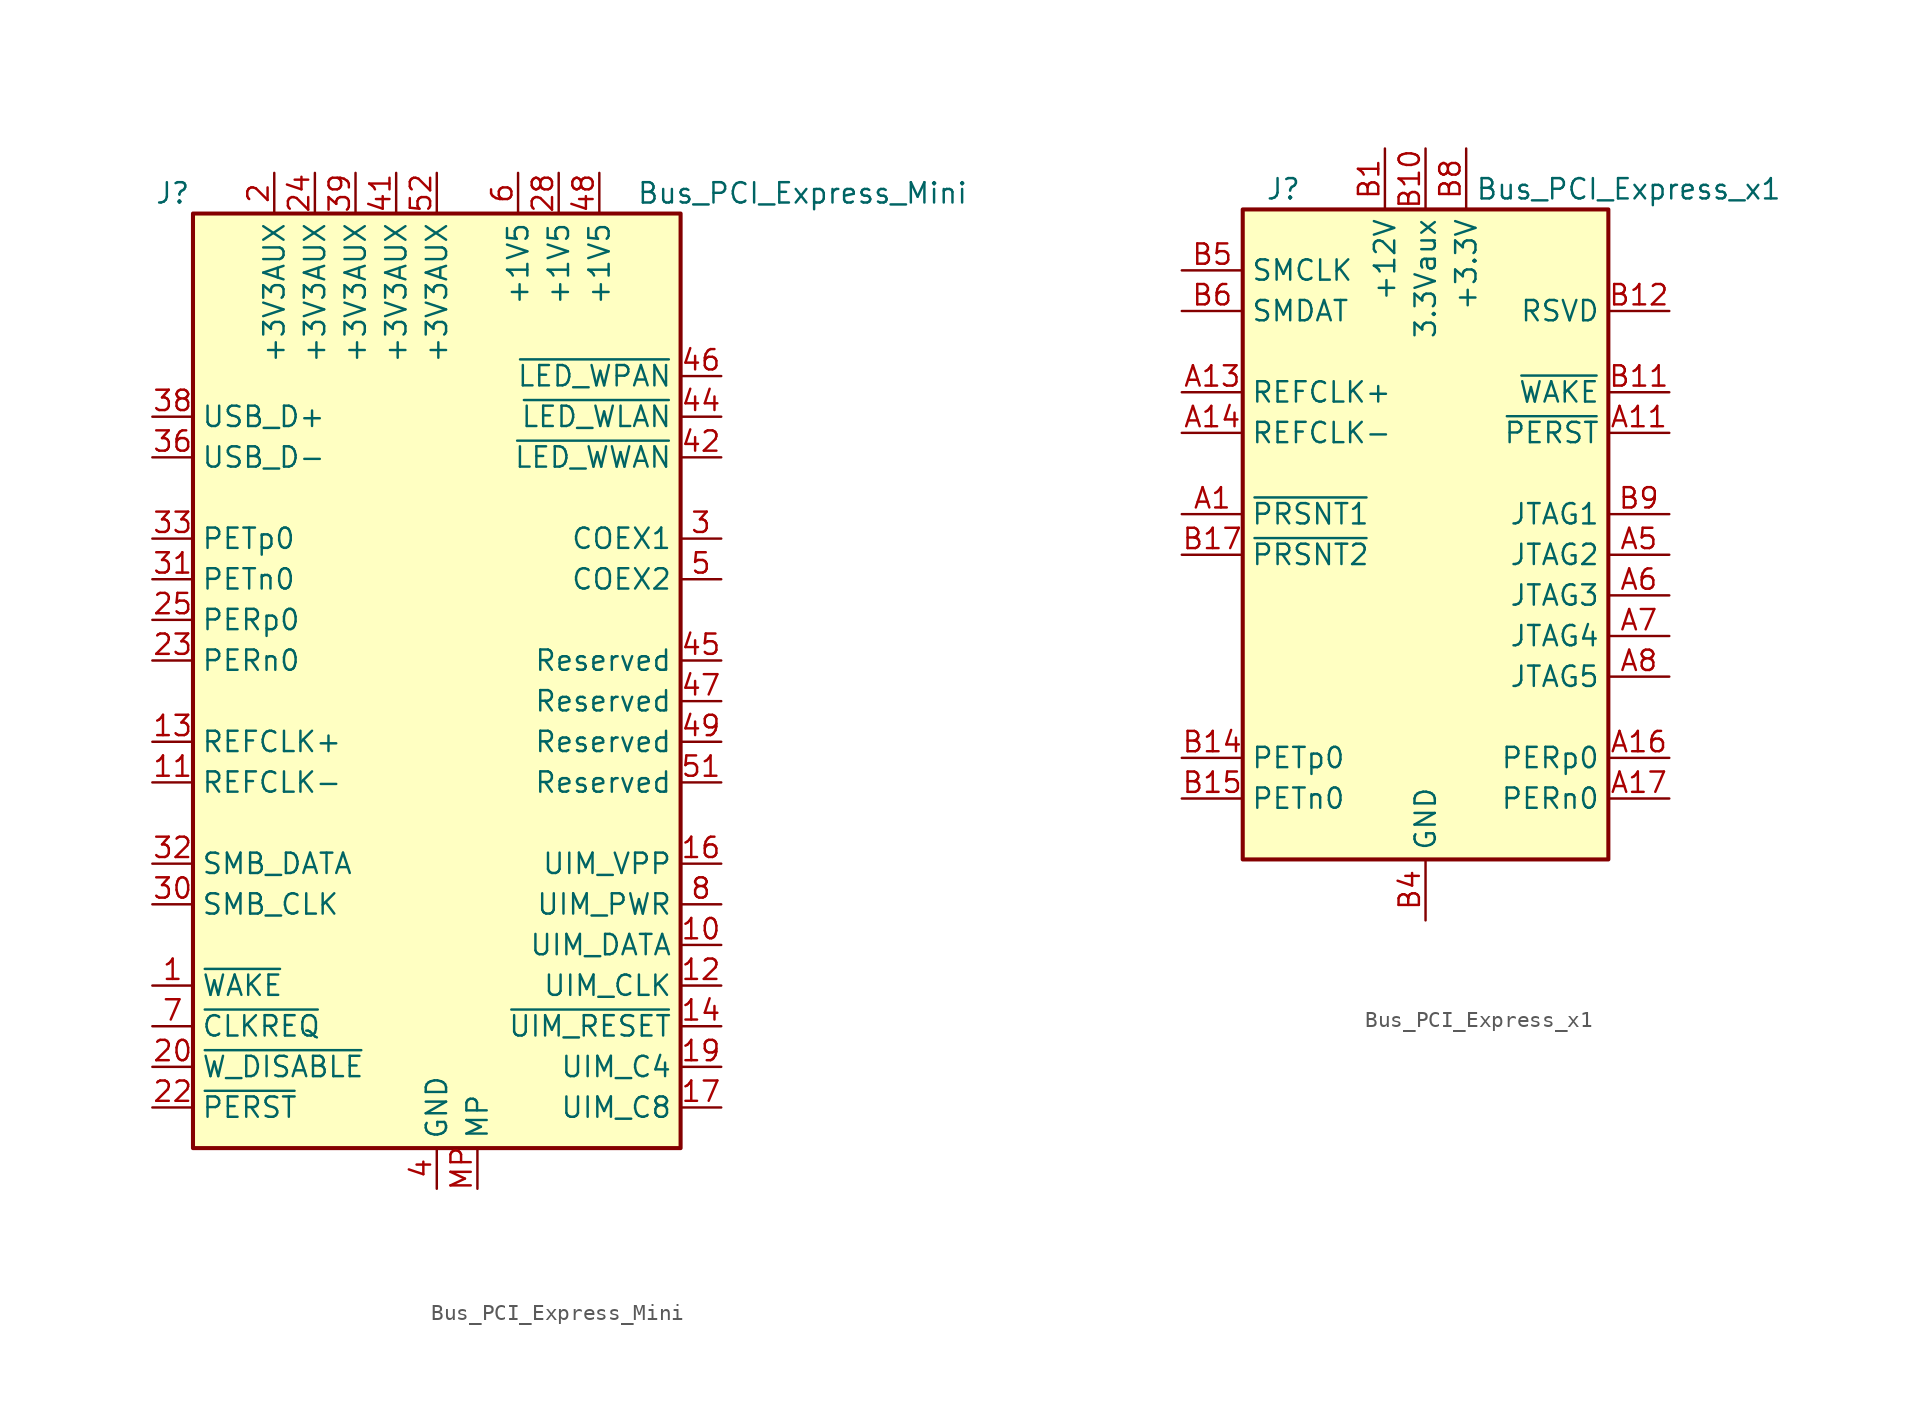
<source format=kicad_sym>
(kicad_symbol_lib
  (version 20241209)
  (generator "kicad_symbol_editor")
  (generator_version "9.0")
  (symbol "Bus_PCI_Express_Mini"
    (property "Reference" "J"
      (at -16.51 31.75 0)
      (effects (font (size 1.27 1.27))))
    (property "Value" "Bus_PCI_Express_Mini"
      (at 22.86 31.75 0)
      (effects (font (size 1.27 1.27))))
    (symbol "Bus_PCI_Express_Mini_0_1"
      (rectangle (start -15.24 30.48) (end 15.24 -27.94) (stroke (width 0.254) (type default)) (fill (type background))))
    (symbol "Bus_PCI_Express_Mini_1_1"
      (pin bidirectional line (at -17.78 17.78 0) (length 2.54) (name "USB_D+" (effects (font (size 1.27 1.27)))) (number "38" (effects (font (size 1.27 1.27)))))
      (pin bidirectional line (at -17.78 15.24 0) (length 2.54) (name "USB_D-" (effects (font (size 1.27 1.27)))) (number "36" (effects (font (size 1.27 1.27)))))
      (pin input line (at -17.78 10.16 0) (length 2.54) (name "PETp0" (effects (font (size 1.27 1.27)))) (number "33" (effects (font (size 1.27 1.27)))))
      (pin input line (at -17.78 7.62 0) (length 2.54) (name "PETn0" (effects (font (size 1.27 1.27)))) (number "31" (effects (font (size 1.27 1.27)))))
      (pin output line (at -17.78 5.08 0) (length 2.54) (name "PERp0" (effects (font (size 1.27 1.27)))) (number "25" (effects (font (size 1.27 1.27)))))
      (pin output line (at -17.78 2.54 0) (length 2.54) (name "PERn0" (effects (font (size 1.27 1.27)))) (number "23" (effects (font (size 1.27 1.27)))))
      (pin input line (at -17.78 -2.54 0) (length 2.54) (name "REFCLK+" (effects (font (size 1.27 1.27)))) (number "13" (effects (font (size 1.27 1.27)))))
      (pin input line (at -17.78 -5.08 0) (length 2.54) (name "REFCLK-" (effects (font (size 1.27 1.27)))) (number "11" (effects (font (size 1.27 1.27)))))
      (pin bidirectional line (at -17.78 -10.16 0) (length 2.54) (name "SMB_DATA" (effects (font (size 1.27 1.27)))) (number "32" (effects (font (size 1.27 1.27)))))
      (pin input line (at -17.78 -12.7 0) (length 2.54) (name "SMB_CLK" (effects (font (size 1.27 1.27)))) (number "30" (effects (font (size 1.27 1.27)))))
      (pin open_collector line (at -17.78 -17.78 0) (length 2.54) (name "~{WAKE}" (effects (font (size 1.27 1.27)))) (number "1" (effects (font (size 1.27 1.27)))))
      (pin open_collector line (at -17.78 -20.32 0) (length 2.54) (name "~{CLKREQ}" (effects (font (size 1.27 1.27)))) (number "7" (effects (font (size 1.27 1.27)))))
      (pin input line (at -17.78 -22.86 0) (length 2.54) (name "~{W_DISABLE}" (effects (font (size 1.27 1.27)))) (number "20" (effects (font (size 1.27 1.27)))))
      (pin input line (at -17.78 -25.4 0) (length 2.54) (name "~{PERST}" (effects (font (size 1.27 1.27)))) (number "22" (effects (font (size 1.27 1.27)))))
      (pin power_in line (at -10.16 33.02 270) (length 2.54) (name "+3V3AUX" (effects (font (size 1.27 1.27)))) (number "2" (effects (font (size 1.27 1.27)))))
      (pin power_in line (at -7.62 33.02 270) (length 2.54) (name "+3V3AUX" (effects (font (size 1.27 1.27)))) (number "24" (effects (font (size 1.27 1.27)))))
      (pin power_in line (at -5.08 33.02 270) (length 2.54) (name "+3V3AUX" (effects (font (size 1.27 1.27)))) (number "39" (effects (font (size 1.27 1.27)))))
      (pin power_in line (at -2.54 33.02 270) (length 2.54) (name "+3V3AUX" (effects (font (size 1.27 1.27)))) (number "41" (effects (font (size 1.27 1.27)))))
      (pin power_in line (at 0 33.02 270) (length 2.54) (name "+3V3AUX" (effects (font (size 1.27 1.27)))) (number "52" (effects (font (size 1.27 1.27)))))
      (pin passive line (at 0 -30.48 90) (length 2.54) (hide yes) (name "GND" (effects (font (size 1.27 1.27)))) (number "15" (effects (font (size 1.27 1.27)))))
      (pin passive line (at 0 -30.48 90) (length 2.54) (hide yes) (name "GND" (effects (font (size 1.27 1.27)))) (number "18" (effects (font (size 1.27 1.27)))))
      (pin passive line (at 0 -30.48 90) (length 2.54) (hide yes) (name "GND" (effects (font (size 1.27 1.27)))) (number "21" (effects (font (size 1.27 1.27)))))
      (pin passive line (at 0 -30.48 90) (length 2.54) (hide yes) (name "GND" (effects (font (size 1.27 1.27)))) (number "26" (effects (font (size 1.27 1.27)))))
      (pin passive line (at 0 -30.48 90) (length 2.54) (hide yes) (name "GND" (effects (font (size 1.27 1.27)))) (number "27" (effects (font (size 1.27 1.27)))))
      (pin passive line (at 0 -30.48 90) (length 2.54) (hide yes) (name "GND" (effects (font (size 1.27 1.27)))) (number "29" (effects (font (size 1.27 1.27)))))
      (pin passive line (at 0 -30.48 90) (length 2.54) (hide yes) (name "GND" (effects (font (size 1.27 1.27)))) (number "34" (effects (font (size 1.27 1.27)))))
      (pin passive line (at 0 -30.48 90) (length 2.54) (hide yes) (name "GND" (effects (font (size 1.27 1.27)))) (number "35" (effects (font (size 1.27 1.27)))))
      (pin passive line (at 0 -30.48 90) (length 2.54) (hide yes) (name "GND" (effects (font (size 1.27 1.27)))) (number "37" (effects (font (size 1.27 1.27)))))
      (pin power_in line (at 0 -30.48 90) (length 2.54) (name "GND" (effects (font (size 1.27 1.27)))) (number "4" (effects (font (size 1.27 1.27)))))
      (pin passive line (at 0 -30.48 90) (length 2.54) (hide yes) (name "GND" (effects (font (size 1.27 1.27)))) (number "40" (effects (font (size 1.27 1.27)))))
      (pin passive line (at 0 -30.48 90) (length 2.54) (hide yes) (name "GND" (effects (font (size 1.27 1.27)))) (number "43" (effects (font (size 1.27 1.27)))))
      (pin passive line (at 0 -30.48 90) (length 2.54) (hide yes) (name "GND" (effects (font (size 1.27 1.27)))) (number "50" (effects (font (size 1.27 1.27)))))
      (pin passive line (at 0 -30.48 90) (length 2.54) (hide yes) (name "GND" (effects (font (size 1.27 1.27)))) (number "9" (effects (font (size 1.27 1.27)))))
      (pin passive line (at 2.54 -30.48 90) (length 2.54) (name "MP" (effects (font (size 1.27 1.27)))) (number "MP" (effects (font (size 1.27 1.27)))))
      (pin power_in line (at 5.08 33.02 270) (length 2.54) (name "+1V5" (effects (font (size 1.27 1.27)))) (number "6" (effects (font (size 1.27 1.27)))))
      (pin power_in line (at 7.62 33.02 270) (length 2.54) (name "+1V5" (effects (font (size 1.27 1.27)))) (number "28" (effects (font (size 1.27 1.27)))))
      (pin power_in line (at 10.16 33.02 270) (length 2.54) (name "+1V5" (effects (font (size 1.27 1.27)))) (number "48" (effects (font (size 1.27 1.27)))))
      (pin open_collector line (at 17.78 20.32 180) (length 2.54) (name "~{LED_WPAN}" (effects (font (size 1.27 1.27)))) (number "46" (effects (font (size 1.27 1.27)))))
      (pin open_collector line (at 17.78 17.78 180) (length 2.54) (name "~{LED_WLAN}" (effects (font (size 1.27 1.27)))) (number "44" (effects (font (size 1.27 1.27)))))
      (pin open_collector line (at 17.78 15.24 180) (length 2.54) (name "~{LED_WWAN}" (effects (font (size 1.27 1.27)))) (number "42" (effects (font (size 1.27 1.27)))))
      (pin passive line (at 17.78 10.16 180) (length 2.54) (name "COEX1" (effects (font (size 1.27 1.27)))) (number "3" (effects (font (size 1.27 1.27)))))
      (pin passive line (at 17.78 7.62 180) (length 2.54) (name "COEX2" (effects (font (size 1.27 1.27)))) (number "5" (effects (font (size 1.27 1.27)))))
      (pin passive line (at 17.78 2.54 180) (length 2.54) (name "Reserved" (effects (font (size 1.27 1.27)))) (number "45" (effects (font (size 1.27 1.27)))))
      (pin passive line (at 17.78 0 180) (length 2.54) (name "Reserved" (effects (font (size 1.27 1.27)))) (number "47" (effects (font (size 1.27 1.27)))))
      (pin passive line (at 17.78 -2.54 180) (length 2.54) (name "Reserved" (effects (font (size 1.27 1.27)))) (number "49" (effects (font (size 1.27 1.27)))))
      (pin passive line (at 17.78 -5.08 180) (length 2.54) (name "Reserved" (effects (font (size 1.27 1.27)))) (number "51" (effects (font (size 1.27 1.27)))))
      (pin power_out line (at 17.78 -10.16 180) (length 2.54) (name "UIM_VPP" (effects (font (size 1.27 1.27)))) (number "16" (effects (font (size 1.27 1.27)))))
      (pin power_out line (at 17.78 -12.7 180) (length 2.54) (name "UIM_PWR" (effects (font (size 1.27 1.27)))) (number "8" (effects (font (size 1.27 1.27)))))
      (pin bidirectional line (at 17.78 -15.24 180) (length 2.54) (name "UIM_DATA" (effects (font (size 1.27 1.27)))) (number "10" (effects (font (size 1.27 1.27)))))
      (pin output line (at 17.78 -17.78 180) (length 2.54) (name "UIM_CLK" (effects (font (size 1.27 1.27)))) (number "12" (effects (font (size 1.27 1.27)))))
      (pin output line (at 17.78 -20.32 180) (length 2.54) (name "~{UIM_RESET}" (effects (font (size 1.27 1.27)))) (number "14" (effects (font (size 1.27 1.27)))))
      (pin passive line (at 17.78 -22.86 180) (length 2.54) (name "UIM_C4" (effects (font (size 1.27 1.27)))) (number "19" (effects (font (size 1.27 1.27)))))
      (pin passive line (at 17.78 -25.4 180) (length 2.54) (name "UIM_C8" (effects (font (size 1.27 1.27)))) (number "17" (effects (font (size 1.27 1.27)))))))
  (symbol "Bus_PCI_Express_x1"
    (property "Reference" "J"
      (at -8.89 22.86 0)
      (effects (font (size 1.27 1.27))))
    (property "Value" "Bus_PCI_Express_x1"
      (at 12.7 22.86 0)
      (effects (font (size 1.27 1.27))))
    (symbol "Bus_PCI_Express_x1_0_1"
      (rectangle (start -11.43 21.59) (end 11.43 -19.05) (stroke (width 0.254) (type default)) (fill (type background))))
    (symbol "Bus_PCI_Express_x1_1_1"
      (pin input line (at -15.24 17.78 0) (length 3.81) (name "SMCLK" (effects (font (size 1.27 1.27)))) (number "B5" (effects (font (size 1.27 1.27)))))
      (pin bidirectional line (at -15.24 15.24 0) (length 3.81) (name "SMDAT" (effects (font (size 1.27 1.27)))) (number "B6" (effects (font (size 1.27 1.27)))))
      (pin input line (at -15.24 10.16 0) (length 3.81) (name "REFCLK+" (effects (font (size 1.27 1.27)))) (number "A13" (effects (font (size 1.27 1.27)))))
      (pin input line (at -15.24 7.62 0) (length 3.81) (name "REFCLK-" (effects (font (size 1.27 1.27)))) (number "A14" (effects (font (size 1.27 1.27)))))
      (pin passive line (at -15.24 2.54 0) (length 3.81) (name "~{PRSNT1}" (effects (font (size 1.27 1.27)))) (number "A1" (effects (font (size 1.27 1.27)))))
      (pin passive line (at -15.24 0 0) (length 3.81) (name "~{PRSNT2}" (effects (font (size 1.27 1.27)))) (number "B17" (effects (font (size 1.27 1.27)))))
      (pin input line (at -15.24 -12.7 0) (length 3.81) (name "PETp0" (effects (font (size 1.27 1.27)))) (number "B14" (effects (font (size 1.27 1.27)))))
      (pin input line (at -15.24 -15.24 0) (length 3.81) (name "PETn0" (effects (font (size 1.27 1.27)))) (number "B15" (effects (font (size 1.27 1.27)))))
      (pin passive line (at -2.54 25.4 270) (length 3.81) (hide yes) (name "+12V" (effects (font (size 1.27 1.27)))) (number "A2" (effects (font (size 1.27 1.27)))))
      (pin passive line (at -2.54 25.4 270) (length 3.81) (hide yes) (name "+12V" (effects (font (size 1.27 1.27)))) (number "A3" (effects (font (size 1.27 1.27)))))
      (pin power_in line (at -2.54 25.4 270) (length 3.81) (name "+12V" (effects (font (size 1.27 1.27)))) (number "B1" (effects (font (size 1.27 1.27)))))
      (pin passive line (at -2.54 25.4 270) (length 3.81) (hide yes) (name "+12V" (effects (font (size 1.27 1.27)))) (number "B2" (effects (font (size 1.27 1.27)))))
      (pin passive line (at -2.54 25.4 270) (length 3.81) (hide yes) (name "+12V" (effects (font (size 1.27 1.27)))) (number "B3" (effects (font (size 1.27 1.27)))))
      (pin power_in line (at 0 25.4 270) (length 3.81) (name "3.3Vaux" (effects (font (size 1.27 1.27)))) (number "B10" (effects (font (size 1.27 1.27)))))
      (pin passive line (at 0 -22.86 90) (length 3.81) (hide yes) (name "GND" (effects (font (size 1.27 1.27)))) (number "A12" (effects (font (size 1.27 1.27)))))
      (pin passive line (at 0 -22.86 90) (length 3.81) (hide yes) (name "GND" (effects (font (size 1.27 1.27)))) (number "A15" (effects (font (size 1.27 1.27)))))
      (pin passive line (at 0 -22.86 90) (length 3.81) (hide yes) (name "GND" (effects (font (size 1.27 1.27)))) (number "A18" (effects (font (size 1.27 1.27)))))
      (pin passive line (at 0 -22.86 90) (length 3.81) (hide yes) (name "GND" (effects (font (size 1.27 1.27)))) (number "A4" (effects (font (size 1.27 1.27)))))
      (pin passive line (at 0 -22.86 90) (length 3.81) (hide yes) (name "GND" (effects (font (size 1.27 1.27)))) (number "B13" (effects (font (size 1.27 1.27)))))
      (pin passive line (at 0 -22.86 90) (length 3.81) (hide yes) (name "GND" (effects (font (size 1.27 1.27)))) (number "B16" (effects (font (size 1.27 1.27)))))
      (pin passive line (at 0 -22.86 90) (length 3.81) (hide yes) (name "GND" (effects (font (size 1.27 1.27)))) (number "B18" (effects (font (size 1.27 1.27)))))
      (pin power_in line (at 0 -22.86 90) (length 3.81) (name "GND" (effects (font (size 1.27 1.27)))) (number "B4" (effects (font (size 1.27 1.27)))))
      (pin passive line (at 0 -22.86 90) (length 3.81) (hide yes) (name "GND" (effects (font (size 1.27 1.27)))) (number "B7" (effects (font (size 1.27 1.27)))))
      (pin passive line (at 2.54 25.4 270) (length 3.81) (hide yes) (name "+3.3V" (effects (font (size 1.27 1.27)))) (number "A10" (effects (font (size 1.27 1.27)))))
      (pin passive line (at 2.54 25.4 270) (length 3.81) (hide yes) (name "+3.3V" (effects (font (size 1.27 1.27)))) (number "A9" (effects (font (size 1.27 1.27)))))
      (pin power_in line (at 2.54 25.4 270) (length 3.81) (name "+3.3V" (effects (font (size 1.27 1.27)))) (number "B8" (effects (font (size 1.27 1.27)))))
      (pin passive line (at 15.24 15.24 180) (length 3.81) (name "RSVD" (effects (font (size 1.27 1.27)))) (number "B12" (effects (font (size 1.27 1.27)))))
      (pin open_collector line (at 15.24 10.16 180) (length 3.81) (name "~{WAKE}" (effects (font (size 1.27 1.27)))) (number "B11" (effects (font (size 1.27 1.27)))))
      (pin input line (at 15.24 7.62 180) (length 3.81) (name "~{PERST}" (effects (font (size 1.27 1.27)))) (number "A11" (effects (font (size 1.27 1.27)))))
      (pin input line (at 15.24 2.54 180) (length 3.81) (name "JTAG1" (effects (font (size 1.27 1.27)))) (number "B9" (effects (font (size 1.27 1.27)))))
      (pin input line (at 15.24 0 180) (length 3.81) (name "JTAG2" (effects (font (size 1.27 1.27)))) (number "A5" (effects (font (size 1.27 1.27)))))
      (pin input line (at 15.24 -2.54 180) (length 3.81) (name "JTAG3" (effects (font (size 1.27 1.27)))) (number "A6" (effects (font (size 1.27 1.27)))))
      (pin output line (at 15.24 -5.08 180) (length 3.81) (name "JTAG4" (effects (font (size 1.27 1.27)))) (number "A7" (effects (font (size 1.27 1.27)))))
      (pin input line (at 15.24 -7.62 180) (length 3.81) (name "JTAG5" (effects (font (size 1.27 1.27)))) (number "A8" (effects (font (size 1.27 1.27)))))
      (pin output line (at 15.24 -12.7 180) (length 3.81) (name "PERp0" (effects (font (size 1.27 1.27)))) (number "A16" (effects (font (size 1.27 1.27)))))
      (pin output line (at 15.24 -15.24 180) (length 3.81) (name "PERn0" (effects (font (size 1.27 1.27)))) (number "A17" (effects (font (size 1.27 1.27))))))))
</source>
